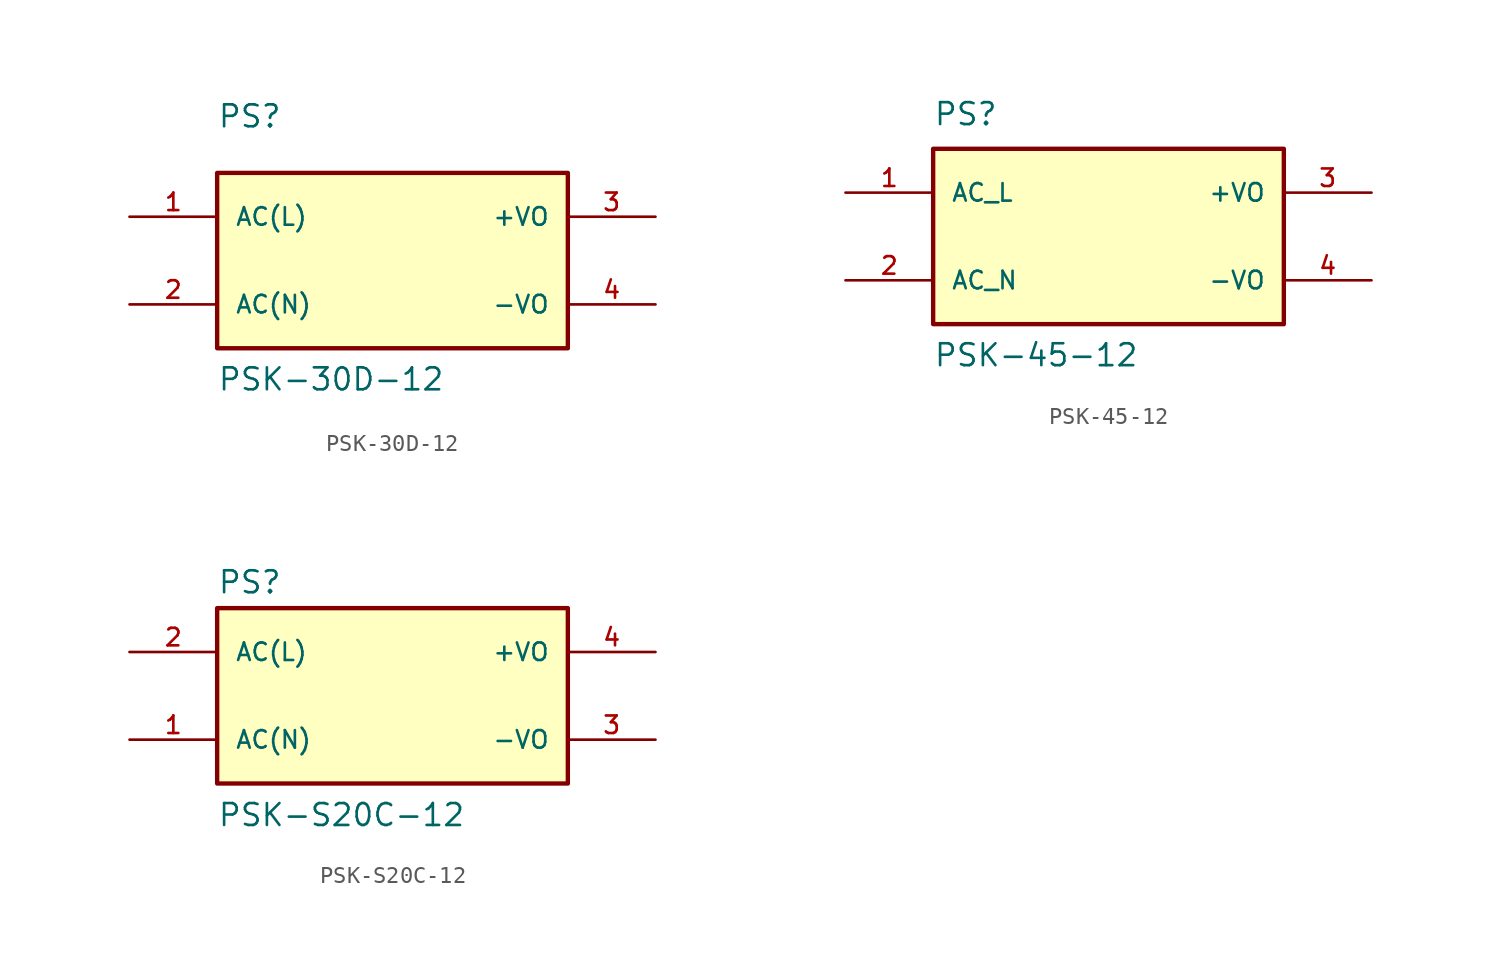
<source format=kicad_sym>
(kicad_symbol_lib
  (version 20220914)
  (generator kicad_symbol_editor)
  (symbol "PSK-30D-12"
    (pin_names
      (offset 1.016))
    (property "Reference" "PS"
      (at -10.16 7.62 0)
      (effects (font (size 1.27 1.27)) (justify left bottom)))
    (property "Value" "PSK-30D-12"
      (at -10.16 -7.62 0)
      (effects (font (size 1.27 1.27)) (justify left bottom)))
    (symbol "PSK-30D-12_0_0"
      (rectangle (start -10.16 -5.08) (end 10.16 5.08) (stroke (width 0.254) (type default)) (fill (type background)))
      (pin input line (at -15.24 2.54 0) (length 5.08) (name "AC(L)" (effects (font (size 1.016 1.016)))) (number "1" (effects (font (size 1.016 1.016)))))
      (pin input line (at -15.24 -2.54 0) (length 5.08) (name "AC(N)" (effects (font (size 1.016 1.016)))) (number "2" (effects (font (size 1.016 1.016)))))
      (pin output line (at 15.24 2.54 180) (length 5.08) (name "+VO" (effects (font (size 1.016 1.016)))) (number "3" (effects (font (size 1.016 1.016)))))
      (pin output line (at 15.24 -2.54 180) (length 5.08) (name "-VO" (effects (font (size 1.016 1.016)))) (number "4" (effects (font (size 1.016 1.016)))))))
  (symbol "PSK-45-12"
    (pin_names
      (offset 1.016))
    (property "Reference" "PS"
      (at -10.16 6.35 0)
      (effects (font (size 1.27 1.27)) (justify left bottom)))
    (property "Value" "PSK-45-12"
      (at -10.16 -7.62 0)
      (effects (font (size 1.27 1.27)) (justify left bottom)))
    (symbol "PSK-45-12_0_0"
      (rectangle (start -10.16 -5.08) (end 10.16 5.08) (stroke (width 0.254) (type default)) (fill (type background)))
      (pin input line (at -15.24 2.54 0) (length 5.08) (name "AC_L" (effects (font (size 1.016 1.016)))) (number "1" (effects (font (size 1.016 1.016)))))
      (pin input line (at -15.24 -2.54 0) (length 5.08) (name "AC_N" (effects (font (size 1.016 1.016)))) (number "2" (effects (font (size 1.016 1.016)))))
      (pin output line (at 15.24 2.54 180) (length 5.08) (name "+VO" (effects (font (size 1.016 1.016)))) (number "3" (effects (font (size 1.016 1.016)))))
      (pin output line (at 15.24 -2.54 180) (length 5.08) (name "-VO" (effects (font (size 1.016 1.016)))) (number "4" (effects (font (size 1.016 1.016)))))))
  (symbol "PSK-S20C-12"
    (pin_names
      (offset 1.016))
    (property "Reference" "PS"
      (at -10.16 5.842 0)
      (effects (font (size 1.27 1.27)) (justify left bottom)))
    (property "Value" "PSK-S20C-12"
      (at -10.16 -7.645 0)
      (effects (font (size 1.27 1.27)) (justify left bottom)))
    (symbol "PSK-S20C-12_0_0"
      (rectangle (start -10.16 -5.08) (end 10.16 5.08) (stroke (width 0.254) (type default)) (fill (type background)))
      (pin input line (at -15.24 -2.54 0) (length 5.08) (name "AC(N)" (effects (font (size 1.016 1.016)))) (number "1" (effects (font (size 1.016 1.016)))))
      (pin input line (at -15.24 2.54 0) (length 5.08) (name "AC(L)" (effects (font (size 1.016 1.016)))) (number "2" (effects (font (size 1.016 1.016)))))
      (pin output line (at 15.24 -2.54 180) (length 5.08) (name "-VO" (effects (font (size 1.016 1.016)))) (number "3" (effects (font (size 1.016 1.016)))))
      (pin output line (at 15.24 2.54 180) (length 5.08) (name "+VO" (effects (font (size 1.016 1.016)))) (number "4" (effects (font (size 1.016 1.016))))))))
</source>
